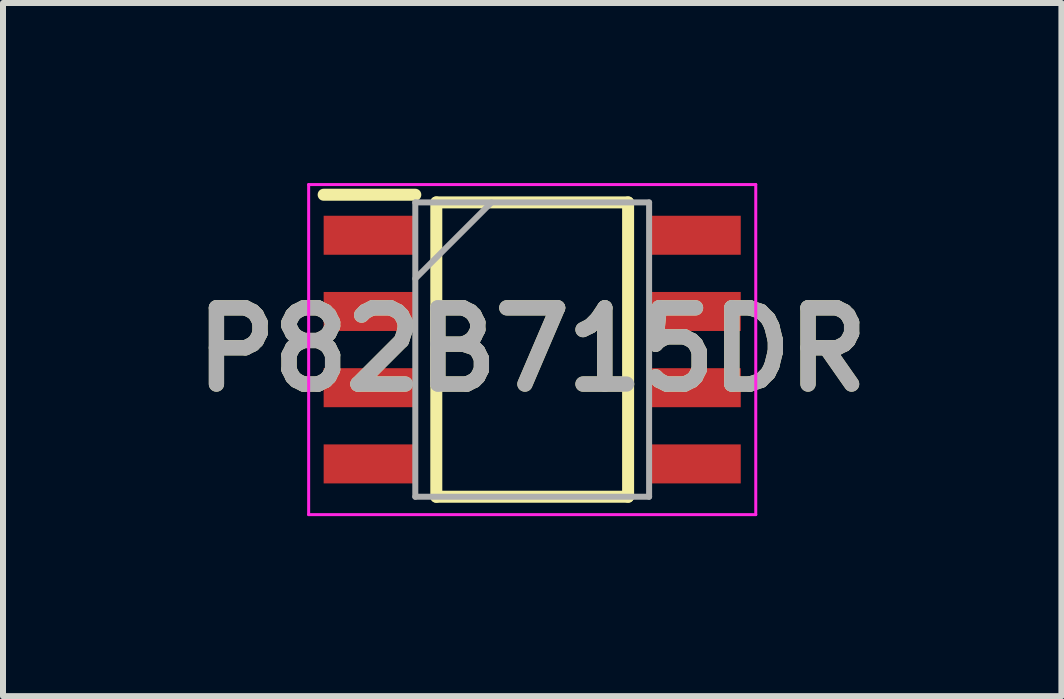
<source format=kicad_pcb>
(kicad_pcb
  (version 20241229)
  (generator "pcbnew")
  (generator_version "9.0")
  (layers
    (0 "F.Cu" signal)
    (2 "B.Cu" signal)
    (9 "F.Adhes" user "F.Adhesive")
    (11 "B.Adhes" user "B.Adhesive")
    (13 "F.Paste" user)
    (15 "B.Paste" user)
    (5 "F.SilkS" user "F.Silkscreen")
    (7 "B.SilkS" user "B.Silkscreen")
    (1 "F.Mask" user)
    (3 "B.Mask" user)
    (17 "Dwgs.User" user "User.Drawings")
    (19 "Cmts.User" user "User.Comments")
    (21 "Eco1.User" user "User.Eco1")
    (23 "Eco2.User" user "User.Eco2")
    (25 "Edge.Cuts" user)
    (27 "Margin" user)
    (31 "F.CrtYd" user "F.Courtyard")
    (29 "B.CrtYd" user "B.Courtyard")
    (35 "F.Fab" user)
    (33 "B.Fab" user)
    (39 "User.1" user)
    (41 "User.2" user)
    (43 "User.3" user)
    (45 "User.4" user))
  (footprint "P82B715DR"
    (layer "F.Cu")
    (at 5.818 2.775)
    (property "Reference" "P82B715DR" (at 0 0 0) (layer "F.SilkS") (effects (font (size 1.27 1.27) (thickness 0.254))))
    (attr smd)
    (fp_line (start -3.475 -2.58) (end -1.948 -2.58) (stroke (width 0.2) (type solid)) (layer "F.SilkS"))
    (fp_line (start -1.598 -2.452) (end 1.598 -2.452) (stroke (width 0.2) (type solid)) (layer "F.SilkS"))
    (fp_line (start -1.598 2.452) (end -1.598 -2.452) (stroke (width 0.2) (type solid)) (layer "F.SilkS"))
    (fp_line (start 1.598 -2.452) (end 1.598 2.452) (stroke (width 0.2) (type solid)) (layer "F.SilkS"))
    (fp_line (start 1.598 2.452) (end -1.598 2.452) (stroke (width 0.2) (type solid)) (layer "F.SilkS"))
    (fp_line (start -3.725 -2.75) (end 3.725 -2.75) (stroke (width 0.05) (type solid)) (layer "F.CrtYd"))
    (fp_line (start -3.725 2.75) (end -3.725 -2.75) (stroke (width 0.05) (type solid)) (layer "F.CrtYd"))
    (fp_line (start 3.725 -2.75) (end 3.725 2.75) (stroke (width 0.05) (type solid)) (layer "F.CrtYd"))
    (fp_line (start 3.725 2.75) (end -3.725 2.75) (stroke (width 0.05) (type solid)) (layer "F.CrtYd"))
    (fp_line (start -1.948 -2.452) (end 1.948 -2.452) (stroke (width 0.1) (type solid)) (layer "F.Fab"))
    (fp_line (start -1.948 -1.182) (end -0.678 -2.452) (stroke (width 0.1) (type solid)) (layer "F.Fab"))
    (fp_line (start -1.948 2.452) (end -1.948 -2.452) (stroke (width 0.1) (type solid)) (layer "F.Fab"))
    (fp_line (start 1.948 -2.452) (end 1.948 2.452) (stroke (width 0.1) (type solid)) (layer "F.Fab"))
    (fp_line (start 1.948 2.452) (end -1.948 2.452) (stroke (width 0.1) (type solid)) (layer "F.Fab"))
    (fp_text user "${REFERENCE}" (at 0 0 0) (layer "F.Fab") (effects (font (size 1.27 1.27) (thickness 0.254))))
    (pad "1" smd rect (at -2.711 -1.905 90) (size 0.65 1.528) (layers "F.Cu" "F.Mask" "F.Paste"))
    (pad "2" smd rect (at -2.711 -0.635 90) (size 0.65 1.528) (layers "F.Cu" "F.Mask" "F.Paste"))
    (pad "3" smd rect (at -2.711 0.635 90) (size 0.65 1.528) (layers "F.Cu" "F.Mask" "F.Paste"))
    (pad "4" smd rect (at -2.711 1.905 90) (size 0.65 1.528) (layers "F.Cu" "F.Mask" "F.Paste"))
    (pad "5" smd rect (at 2.711 1.905 90) (size 0.65 1.528) (layers "F.Cu" "F.Mask" "F.Paste"))
    (pad "6" smd rect (at 2.711 0.635 90) (size 0.65 1.528) (layers "F.Cu" "F.Mask" "F.Paste"))
    (pad "7" smd rect (at 2.711 -0.635 90) (size 0.65 1.528) (layers "F.Cu" "F.Mask" "F.Paste"))
    (pad "8" smd rect (at 2.711 -1.905 90) (size 0.65 1.528) (layers "F.Cu" "F.Mask" "F.Paste")))
  (gr_rect
    (start -3 -3)
    (end 14.636 8.55)
    (stroke (width 0.1) (type default))
    (fill no)
    (layer "Edge.Cuts")))
</source>
